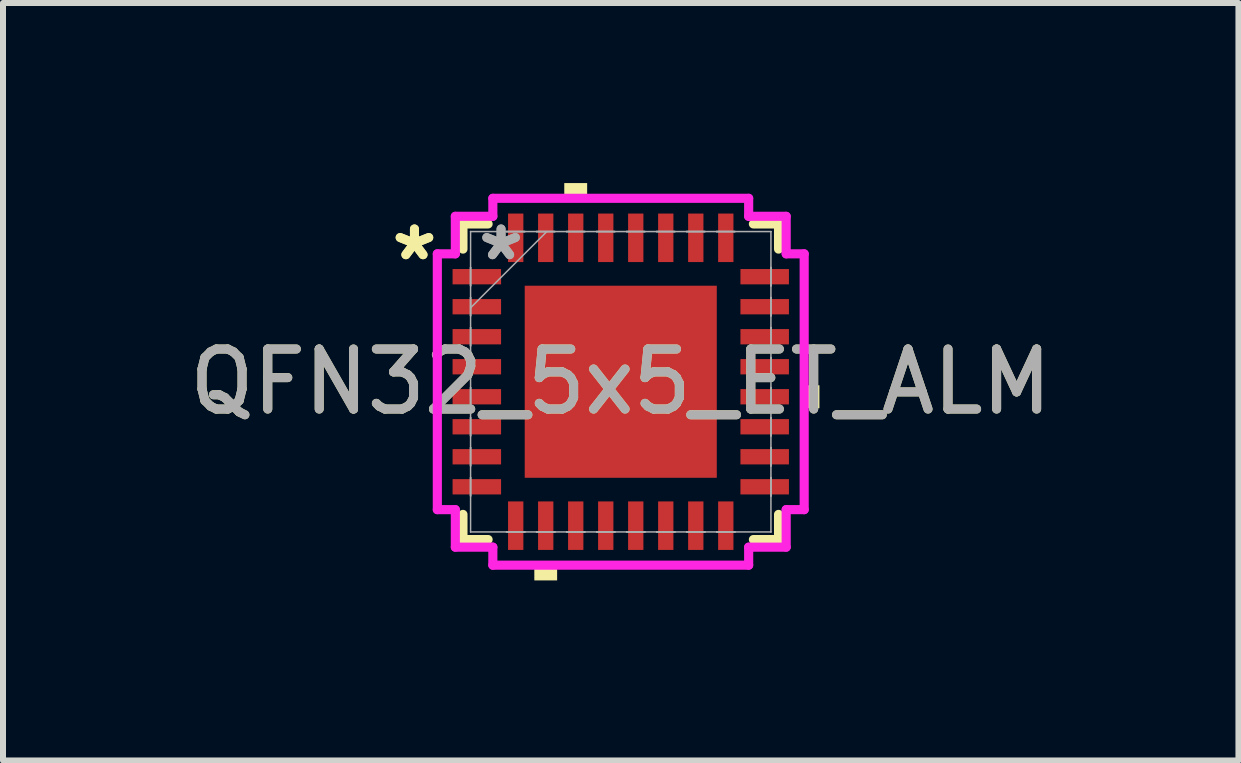
<source format=kicad_pcb>
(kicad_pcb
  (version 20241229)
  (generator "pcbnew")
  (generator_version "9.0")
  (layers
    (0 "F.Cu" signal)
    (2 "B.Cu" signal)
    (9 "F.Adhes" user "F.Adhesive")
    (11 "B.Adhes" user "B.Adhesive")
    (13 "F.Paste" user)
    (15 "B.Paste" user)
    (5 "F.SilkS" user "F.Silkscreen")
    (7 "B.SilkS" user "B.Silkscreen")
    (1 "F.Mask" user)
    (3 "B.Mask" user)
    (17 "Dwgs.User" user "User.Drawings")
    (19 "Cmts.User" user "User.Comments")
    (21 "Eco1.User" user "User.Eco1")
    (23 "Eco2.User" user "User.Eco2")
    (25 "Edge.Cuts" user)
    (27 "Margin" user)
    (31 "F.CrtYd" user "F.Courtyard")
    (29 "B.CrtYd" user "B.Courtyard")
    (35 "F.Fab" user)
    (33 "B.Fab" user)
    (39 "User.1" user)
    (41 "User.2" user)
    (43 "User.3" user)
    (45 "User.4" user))
  (footprint "QFN32_5x5_ET_ALM"
    (layer "F.Cu")
    (at 7.292 3.31)
    (property "Reference" "QFN32_5x5_ET_ALM" (at 0 0 0) (unlocked yes) (layer "F.SilkS") (effects (font (size 1 1) (thickness 0.15))))
    (attr smd)
    (fp_line (start -2.629 -2.629) (end -2.629 -2.21) (stroke (width 0.152) (type solid)) (layer "F.SilkS"))
    (fp_line (start -2.629 2.21) (end -2.629 2.629) (stroke (width 0.152) (type solid)) (layer "F.SilkS"))
    (fp_line (start -2.629 2.629) (end -2.21 2.629) (stroke (width 0.152) (type solid)) (layer "F.SilkS"))
    (fp_line (start -2.21 -2.629) (end -2.629 -2.629) (stroke (width 0.152) (type solid)) (layer "F.SilkS"))
    (fp_line (start 2.21 2.629) (end 2.629 2.629) (stroke (width 0.152) (type solid)) (layer "F.SilkS"))
    (fp_line (start 2.629 -2.629) (end 2.21 -2.629) (stroke (width 0.152) (type solid)) (layer "F.SilkS"))
    (fp_line (start 2.629 -2.21) (end 2.629 -2.629) (stroke (width 0.152) (type solid)) (layer "F.SilkS"))
    (fp_line (start 2.629 2.629) (end 2.629 2.21) (stroke (width 0.152) (type solid)) (layer "F.SilkS"))
    (fp_poly (pts (xy -1.44 3.056) (xy -1.44 3.31) (xy -1.06 3.31) (xy -1.06 3.056)) (stroke (width 0) (type solid)) (fill yes) (layer "F.SilkS"))
    (fp_poly (pts (xy -0.941 -3.056) (xy -0.941 -3.31) (xy -0.56 -3.31) (xy -0.56 -3.056)) (stroke (width 0) (type solid)) (fill yes) (layer "F.SilkS"))
    (fp_poly (pts (xy 3.31 0.059) (xy 3.31 0.441) (xy 3.056 0.441) (xy 3.056 0.059)) (stroke (width 0) (type solid)) (fill yes) (layer "F.SilkS"))
    (fp_poly (pts (xy -1.5 -1.5) (xy -1.5 -0.1) (xy -0.1 -0.1) (xy -0.1 -1.5)) (stroke (width 0) (type solid)) (fill yes) (layer "F.Paste"))
    (fp_poly (pts (xy -1.5 0.1) (xy -1.5 1.5) (xy -0.1 1.5) (xy -0.1 0.1)) (stroke (width 0) (type solid)) (fill yes) (layer "F.Paste"))
    (fp_poly (pts (xy 0.1 -1.5) (xy 0.1 -0.1) (xy 1.5 -0.1) (xy 1.5 -1.5)) (stroke (width 0) (type solid)) (fill yes) (layer "F.Paste"))
    (fp_poly (pts (xy 0.1 0.1) (xy 0.1 1.5) (xy 1.5 1.5) (xy 1.5 0.1)) (stroke (width 0) (type solid)) (fill yes) (layer "F.Paste"))
    (fp_line (start -3.056 -2.131) (end -2.756 -2.131) (stroke (width 0.152) (type solid)) (layer "F.CrtYd"))
    (fp_line (start -3.056 2.131) (end -3.056 -2.131) (stroke (width 0.152) (type solid)) (layer "F.CrtYd"))
    (fp_line (start -2.756 -2.756) (end -2.131 -2.756) (stroke (width 0.152) (type solid)) (layer "F.CrtYd"))
    (fp_line (start -2.756 -2.131) (end -2.756 -2.756) (stroke (width 0.152) (type solid)) (layer "F.CrtYd"))
    (fp_line (start -2.756 2.131) (end -3.056 2.131) (stroke (width 0.152) (type solid)) (layer "F.CrtYd"))
    (fp_line (start -2.756 2.756) (end -2.756 2.131) (stroke (width 0.152) (type solid)) (layer "F.CrtYd"))
    (fp_line (start -2.131 -3.056) (end 2.131 -3.056) (stroke (width 0.152) (type solid)) (layer "F.CrtYd"))
    (fp_line (start -2.131 -2.756) (end -2.131 -3.056) (stroke (width 0.152) (type solid)) (layer "F.CrtYd"))
    (fp_line (start -2.131 2.756) (end -2.756 2.756) (stroke (width 0.152) (type solid)) (layer "F.CrtYd"))
    (fp_line (start -2.131 3.056) (end -2.131 2.756) (stroke (width 0.152) (type solid)) (layer "F.CrtYd"))
    (fp_line (start 2.131 -3.056) (end 2.131 -2.756) (stroke (width 0.152) (type solid)) (layer "F.CrtYd"))
    (fp_line (start 2.131 -2.756) (end 2.756 -2.756) (stroke (width 0.152) (type solid)) (layer "F.CrtYd"))
    (fp_line (start 2.131 2.756) (end 2.131 3.056) (stroke (width 0.152) (type solid)) (layer "F.CrtYd"))
    (fp_line (start 2.131 3.056) (end -2.131 3.056) (stroke (width 0.152) (type solid)) (layer "F.CrtYd"))
    (fp_line (start 2.756 -2.756) (end 2.756 -2.131) (stroke (width 0.152) (type solid)) (layer "F.CrtYd"))
    (fp_line (start 2.756 -2.131) (end 3.056 -2.131) (stroke (width 0.152) (type solid)) (layer "F.CrtYd"))
    (fp_line (start 2.756 2.131) (end 2.756 2.756) (stroke (width 0.152) (type solid)) (layer "F.CrtYd"))
    (fp_line (start 2.756 2.756) (end 2.131 2.756) (stroke (width 0.152) (type solid)) (layer "F.CrtYd"))
    (fp_line (start 3.056 -2.131) (end 3.056 2.131) (stroke (width 0.152) (type solid)) (layer "F.CrtYd"))
    (fp_line (start 3.056 2.131) (end 2.756 2.131) (stroke (width 0.152) (type solid)) (layer "F.CrtYd"))
    (fp_line (start -2.502 -2.502) (end -2.502 -2.502) (stroke (width 0.025) (type solid)) (layer "F.Fab"))
    (fp_line (start -2.502 -2.502) (end -2.502 2.502) (stroke (width 0.025) (type solid)) (layer "F.Fab"))
    (fp_line (start -2.502 -1.902) (end -2.502 -1.902) (stroke (width 0.025) (type solid)) (layer "F.Fab"))
    (fp_line (start -2.502 -1.902) (end -2.502 -1.598) (stroke (width 0.025) (type solid)) (layer "F.Fab"))
    (fp_line (start -2.502 -1.598) (end -2.502 -1.902) (stroke (width 0.025) (type solid)) (layer "F.Fab"))
    (fp_line (start -2.502 -1.598) (end -2.502 -1.598) (stroke (width 0.025) (type solid)) (layer "F.Fab"))
    (fp_line (start -2.502 -1.402) (end -2.502 -1.402) (stroke (width 0.025) (type solid)) (layer "F.Fab"))
    (fp_line (start -2.502 -1.402) (end -2.502 -1.098) (stroke (width 0.025) (type solid)) (layer "F.Fab"))
    (fp_line (start -2.502 -1.232) (end -1.232 -2.502) (stroke (width 0.025) (type solid)) (layer "F.Fab"))
    (fp_line (start -2.502 -1.098) (end -2.502 -1.402) (stroke (width 0.025) (type solid)) (layer "F.Fab"))
    (fp_line (start -2.502 -1.098) (end -2.502 -1.098) (stroke (width 0.025) (type solid)) (layer "F.Fab"))
    (fp_line (start -2.502 -0.902) (end -2.502 -0.902) (stroke (width 0.025) (type solid)) (layer "F.Fab"))
    (fp_line (start -2.502 -0.902) (end -2.502 -0.598) (stroke (width 0.025) (type solid)) (layer "F.Fab"))
    (fp_line (start -2.502 -0.598) (end -2.502 -0.902) (stroke (width 0.025) (type solid)) (layer "F.Fab"))
    (fp_line (start -2.502 -0.598) (end -2.502 -0.598) (stroke (width 0.025) (type solid)) (layer "F.Fab"))
    (fp_line (start -2.502 -0.402) (end -2.502 -0.402) (stroke (width 0.025) (type solid)) (layer "F.Fab"))
    (fp_line (start -2.502 -0.402) (end -2.502 -0.098) (stroke (width 0.025) (type solid)) (layer "F.Fab"))
    (fp_line (start -2.502 -0.098) (end -2.502 -0.402) (stroke (width 0.025) (type solid)) (layer "F.Fab"))
    (fp_line (start -2.502 -0.098) (end -2.502 -0.098) (stroke (width 0.025) (type solid)) (layer "F.Fab"))
    (fp_line (start -2.502 0.098) (end -2.502 0.098) (stroke (width 0.025) (type solid)) (layer "F.Fab"))
    (fp_line (start -2.502 0.098) (end -2.502 0.402) (stroke (width 0.025) (type solid)) (layer "F.Fab"))
    (fp_line (start -2.502 0.402) (end -2.502 0.098) (stroke (width 0.025) (type solid)) (layer "F.Fab"))
    (fp_line (start -2.502 0.402) (end -2.502 0.402) (stroke (width 0.025) (type solid)) (layer "F.Fab"))
    (fp_line (start -2.502 0.598) (end -2.502 0.598) (stroke (width 0.025) (type solid)) (layer "F.Fab"))
    (fp_line (start -2.502 0.598) (end -2.502 0.902) (stroke (width 0.025) (type solid)) (layer "F.Fab"))
    (fp_line (start -2.502 0.902) (end -2.502 0.598) (stroke (width 0.025) (type solid)) (layer "F.Fab"))
    (fp_line (start -2.502 0.902) (end -2.502 0.902) (stroke (width 0.025) (type solid)) (layer "F.Fab"))
    (fp_line (start -2.502 1.098) (end -2.502 1.098) (stroke (width 0.025) (type solid)) (layer "F.Fab"))
    (fp_line (start -2.502 1.098) (end -2.502 1.402) (stroke (width 0.025) (type solid)) (layer "F.Fab"))
    (fp_line (start -2.502 1.402) (end -2.502 1.098) (stroke (width 0.025) (type solid)) (layer "F.Fab"))
    (fp_line (start -2.502 1.402) (end -2.502 1.402) (stroke (width 0.025) (type solid)) (layer "F.Fab"))
    (fp_line (start -2.502 1.598) (end -2.502 1.598) (stroke (width 0.025) (type solid)) (layer "F.Fab"))
    (fp_line (start -2.502 1.598) (end -2.502 1.902) (stroke (width 0.025) (type solid)) (layer "F.Fab"))
    (fp_line (start -2.502 1.902) (end -2.502 1.598) (stroke (width 0.025) (type solid)) (layer "F.Fab"))
    (fp_line (start -2.502 1.902) (end -2.502 1.902) (stroke (width 0.025) (type solid)) (layer "F.Fab"))
    (fp_line (start -2.502 2.502) (end -2.502 2.502) (stroke (width 0.025) (type solid)) (layer "F.Fab"))
    (fp_line (start -2.502 2.502) (end 2.502 2.502) (stroke (width 0.025) (type solid)) (layer "F.Fab"))
    (fp_line (start -1.902 -2.502) (end -1.902 -2.502) (stroke (width 0.025) (type solid)) (layer "F.Fab"))
    (fp_line (start -1.902 -2.502) (end -1.598 -2.502) (stroke (width 0.025) (type solid)) (layer "F.Fab"))
    (fp_line (start -1.902 2.502) (end -1.902 2.502) (stroke (width 0.025) (type solid)) (layer "F.Fab"))
    (fp_line (start -1.902 2.502) (end -1.598 2.502) (stroke (width 0.025) (type solid)) (layer "F.Fab"))
    (fp_line (start -1.598 -2.502) (end -1.902 -2.502) (stroke (width 0.025) (type solid)) (layer "F.Fab"))
    (fp_line (start -1.598 -2.502) (end -1.598 -2.502) (stroke (width 0.025) (type solid)) (layer "F.Fab"))
    (fp_line (start -1.598 2.502) (end -1.902 2.502) (stroke (width 0.025) (type solid)) (layer "F.Fab"))
    (fp_line (start -1.598 2.502) (end -1.598 2.502) (stroke (width 0.025) (type solid)) (layer "F.Fab"))
    (fp_line (start -1.402 -2.502) (end -1.402 -2.502) (stroke (width 0.025) (type solid)) (layer "F.Fab"))
    (fp_line (start -1.402 -2.502) (end -1.098 -2.502) (stroke (width 0.025) (type solid)) (layer "F.Fab"))
    (fp_line (start -1.402 2.502) (end -1.402 2.502) (stroke (width 0.025) (type solid)) (layer "F.Fab"))
    (fp_line (start -1.402 2.502) (end -1.098 2.502) (stroke (width 0.025) (type solid)) (layer "F.Fab"))
    (fp_line (start -1.098 -2.502) (end -1.402 -2.502) (stroke (width 0.025) (type solid)) (layer "F.Fab"))
    (fp_line (start -1.098 -2.502) (end -1.098 -2.502) (stroke (width 0.025) (type solid)) (layer "F.Fab"))
    (fp_line (start -1.098 2.502) (end -1.402 2.502) (stroke (width 0.025) (type solid)) (layer "F.Fab"))
    (fp_line (start -1.098 2.502) (end -1.098 2.502) (stroke (width 0.025) (type solid)) (layer "F.Fab"))
    (fp_line (start -0.902 -2.502) (end -0.902 -2.502) (stroke (width 0.025) (type solid)) (layer "F.Fab"))
    (fp_line (start -0.902 -2.502) (end -0.598 -2.502) (stroke (width 0.025) (type solid)) (layer "F.Fab"))
    (fp_line (start -0.902 2.502) (end -0.902 2.502) (stroke (width 0.025) (type solid)) (layer "F.Fab"))
    (fp_line (start -0.902 2.502) (end -0.598 2.502) (stroke (width 0.025) (type solid)) (layer "F.Fab"))
    (fp_line (start -0.598 -2.502) (end -0.902 -2.502) (stroke (width 0.025) (type solid)) (layer "F.Fab"))
    (fp_line (start -0.598 -2.502) (end -0.598 -2.502) (stroke (width 0.025) (type solid)) (layer "F.Fab"))
    (fp_line (start -0.598 2.502) (end -0.902 2.502) (stroke (width 0.025) (type solid)) (layer "F.Fab"))
    (fp_line (start -0.598 2.502) (end -0.598 2.502) (stroke (width 0.025) (type solid)) (layer "F.Fab"))
    (fp_line (start -0.402 -2.502) (end -0.402 -2.502) (stroke (width 0.025) (type solid)) (layer "F.Fab"))
    (fp_line (start -0.402 -2.502) (end -0.098 -2.502) (stroke (width 0.025) (type solid)) (layer "F.Fab"))
    (fp_line (start -0.402 2.502) (end -0.402 2.502) (stroke (width 0.025) (type solid)) (layer "F.Fab"))
    (fp_line (start -0.402 2.502) (end -0.098 2.502) (stroke (width 0.025) (type solid)) (layer "F.Fab"))
    (fp_line (start -0.098 -2.502) (end -0.402 -2.502) (stroke (width 0.025) (type solid)) (layer "F.Fab"))
    (fp_line (start -0.098 -2.502) (end -0.098 -2.502) (stroke (width 0.025) (type solid)) (layer "F.Fab"))
    (fp_line (start -0.098 2.502) (end -0.402 2.502) (stroke (width 0.025) (type solid)) (layer "F.Fab"))
    (fp_line (start -0.098 2.502) (end -0.098 2.502) (stroke (width 0.025) (type solid)) (layer "F.Fab"))
    (fp_line (start 0.098 -2.502) (end 0.098 -2.502) (stroke (width 0.025) (type solid)) (layer "F.Fab"))
    (fp_line (start 0.098 -2.502) (end 0.402 -2.502) (stroke (width 0.025) (type solid)) (layer "F.Fab"))
    (fp_line (start 0.098 2.502) (end 0.098 2.502) (stroke (width 0.025) (type solid)) (layer "F.Fab"))
    (fp_line (start 0.098 2.502) (end 0.402 2.502) (stroke (width 0.025) (type solid)) (layer "F.Fab"))
    (fp_line (start 0.402 -2.502) (end 0.098 -2.502) (stroke (width 0.025) (type solid)) (layer "F.Fab"))
    (fp_line (start 0.402 -2.502) (end 0.402 -2.502) (stroke (width 0.025) (type solid)) (layer "F.Fab"))
    (fp_line (start 0.402 2.502) (end 0.098 2.502) (stroke (width 0.025) (type solid)) (layer "F.Fab"))
    (fp_line (start 0.402 2.502) (end 0.402 2.502) (stroke (width 0.025) (type solid)) (layer "F.Fab"))
    (fp_line (start 0.598 -2.502) (end 0.598 -2.502) (stroke (width 0.025) (type solid)) (layer "F.Fab"))
    (fp_line (start 0.598 -2.502) (end 0.902 -2.502) (stroke (width 0.025) (type solid)) (layer "F.Fab"))
    (fp_line (start 0.598 2.502) (end 0.598 2.502) (stroke (width 0.025) (type solid)) (layer "F.Fab"))
    (fp_line (start 0.598 2.502) (end 0.902 2.502) (stroke (width 0.025) (type solid)) (layer "F.Fab"))
    (fp_line (start 0.902 -2.502) (end 0.598 -2.502) (stroke (width 0.025) (type solid)) (layer "F.Fab"))
    (fp_line (start 0.902 -2.502) (end 0.902 -2.502) (stroke (width 0.025) (type solid)) (layer "F.Fab"))
    (fp_line (start 0.902 2.502) (end 0.598 2.502) (stroke (width 0.025) (type solid)) (layer "F.Fab"))
    (fp_line (start 0.902 2.502) (end 0.902 2.502) (stroke (width 0.025) (type solid)) (layer "F.Fab"))
    (fp_line (start 1.098 -2.502) (end 1.098 -2.502) (stroke (width 0.025) (type solid)) (layer "F.Fab"))
    (fp_line (start 1.098 -2.502) (end 1.402 -2.502) (stroke (width 0.025) (type solid)) (layer "F.Fab"))
    (fp_line (start 1.098 2.502) (end 1.098 2.502) (stroke (width 0.025) (type solid)) (layer "F.Fab"))
    (fp_line (start 1.098 2.502) (end 1.402 2.502) (stroke (width 0.025) (type solid)) (layer "F.Fab"))
    (fp_line (start 1.402 -2.502) (end 1.098 -2.502) (stroke (width 0.025) (type solid)) (layer "F.Fab"))
    (fp_line (start 1.402 -2.502) (end 1.402 -2.502) (stroke (width 0.025) (type solid)) (layer "F.Fab"))
    (fp_line (start 1.402 2.502) (end 1.098 2.502) (stroke (width 0.025) (type solid)) (layer "F.Fab"))
    (fp_line (start 1.402 2.502) (end 1.402 2.502) (stroke (width 0.025) (type solid)) (layer "F.Fab"))
    (fp_line (start 1.598 -2.502) (end 1.598 -2.502) (stroke (width 0.025) (type solid)) (layer "F.Fab"))
    (fp_line (start 1.598 -2.502) (end 1.902 -2.502) (stroke (width 0.025) (type solid)) (layer "F.Fab"))
    (fp_line (start 1.598 2.502) (end 1.598 2.502) (stroke (width 0.025) (type solid)) (layer "F.Fab"))
    (fp_line (start 1.598 2.502) (end 1.902 2.502) (stroke (width 0.025) (type solid)) (layer "F.Fab"))
    (fp_line (start 1.902 -2.502) (end 1.598 -2.502) (stroke (width 0.025) (type solid)) (layer "F.Fab"))
    (fp_line (start 1.902 -2.502) (end 1.902 -2.502) (stroke (width 0.025) (type solid)) (layer "F.Fab"))
    (fp_line (start 1.902 2.502) (end 1.598 2.502) (stroke (width 0.025) (type solid)) (layer "F.Fab"))
    (fp_line (start 1.902 2.502) (end 1.902 2.502) (stroke (width 0.025) (type solid)) (layer "F.Fab"))
    (fp_line (start 2.502 -2.502) (end -2.502 -2.502) (stroke (width 0.025) (type solid)) (layer "F.Fab"))
    (fp_line (start 2.502 -2.502) (end 2.502 -2.502) (stroke (width 0.025) (type solid)) (layer "F.Fab"))
    (fp_line (start 2.502 -1.902) (end 2.502 -1.902) (stroke (width 0.025) (type solid)) (layer "F.Fab"))
    (fp_line (start 2.502 -1.902) (end 2.502 -1.598) (stroke (width 0.025) (type solid)) (layer "F.Fab"))
    (fp_line (start 2.502 -1.598) (end 2.502 -1.902) (stroke (width 0.025) (type solid)) (layer "F.Fab"))
    (fp_line (start 2.502 -1.598) (end 2.502 -1.598) (stroke (width 0.025) (type solid)) (layer "F.Fab"))
    (fp_line (start 2.502 -1.402) (end 2.502 -1.402) (stroke (width 0.025) (type solid)) (layer "F.Fab"))
    (fp_line (start 2.502 -1.402) (end 2.502 -1.098) (stroke (width 0.025) (type solid)) (layer "F.Fab"))
    (fp_line (start 2.502 -1.098) (end 2.502 -1.402) (stroke (width 0.025) (type solid)) (layer "F.Fab"))
    (fp_line (start 2.502 -1.098) (end 2.502 -1.098) (stroke (width 0.025) (type solid)) (layer "F.Fab"))
    (fp_line (start 2.502 -0.902) (end 2.502 -0.902) (stroke (width 0.025) (type solid)) (layer "F.Fab"))
    (fp_line (start 2.502 -0.902) (end 2.502 -0.598) (stroke (width 0.025) (type solid)) (layer "F.Fab"))
    (fp_line (start 2.502 -0.598) (end 2.502 -0.902) (stroke (width 0.025) (type solid)) (layer "F.Fab"))
    (fp_line (start 2.502 -0.598) (end 2.502 -0.598) (stroke (width 0.025) (type solid)) (layer "F.Fab"))
    (fp_line (start 2.502 -0.402) (end 2.502 -0.402) (stroke (width 0.025) (type solid)) (layer "F.Fab"))
    (fp_line (start 2.502 -0.402) (end 2.502 -0.098) (stroke (width 0.025) (type solid)) (layer "F.Fab"))
    (fp_line (start 2.502 -0.098) (end 2.502 -0.402) (stroke (width 0.025) (type solid)) (layer "F.Fab"))
    (fp_line (start 2.502 -0.098) (end 2.502 -0.098) (stroke (width 0.025) (type solid)) (layer "F.Fab"))
    (fp_line (start 2.502 0.098) (end 2.502 0.098) (stroke (width 0.025) (type solid)) (layer "F.Fab"))
    (fp_line (start 2.502 0.098) (end 2.502 0.402) (stroke (width 0.025) (type solid)) (layer "F.Fab"))
    (fp_line (start 2.502 0.402) (end 2.502 0.098) (stroke (width 0.025) (type solid)) (layer "F.Fab"))
    (fp_line (start 2.502 0.402) (end 2.502 0.402) (stroke (width 0.025) (type solid)) (layer "F.Fab"))
    (fp_line (start 2.502 0.598) (end 2.502 0.598) (stroke (width 0.025) (type solid)) (layer "F.Fab"))
    (fp_line (start 2.502 0.598) (end 2.502 0.902) (stroke (width 0.025) (type solid)) (layer "F.Fab"))
    (fp_line (start 2.502 0.902) (end 2.502 0.598) (stroke (width 0.025) (type solid)) (layer "F.Fab"))
    (fp_line (start 2.502 0.902) (end 2.502 0.902) (stroke (width 0.025) (type solid)) (layer "F.Fab"))
    (fp_line (start 2.502 1.098) (end 2.502 1.098) (stroke (width 0.025) (type solid)) (layer "F.Fab"))
    (fp_line (start 2.502 1.098) (end 2.502 1.402) (stroke (width 0.025) (type solid)) (layer "F.Fab"))
    (fp_line (start 2.502 1.402) (end 2.502 1.098) (stroke (width 0.025) (type solid)) (layer "F.Fab"))
    (fp_line (start 2.502 1.402) (end 2.502 1.402) (stroke (width 0.025) (type solid)) (layer "F.Fab"))
    (fp_line (start 2.502 1.598) (end 2.502 1.598) (stroke (width 0.025) (type solid)) (layer "F.Fab"))
    (fp_line (start 2.502 1.598) (end 2.502 1.902) (stroke (width 0.025) (type solid)) (layer "F.Fab"))
    (fp_line (start 2.502 1.902) (end 2.502 1.598) (stroke (width 0.025) (type solid)) (layer "F.Fab"))
    (fp_line (start 2.502 1.902) (end 2.502 1.902) (stroke (width 0.025) (type solid)) (layer "F.Fab"))
    (fp_line (start 2.502 2.502) (end 2.502 -2.502) (stroke (width 0.025) (type solid)) (layer "F.Fab"))
    (fp_line (start 2.502 2.502) (end 2.502 2.502) (stroke (width 0.025) (type solid)) (layer "F.Fab"))
    (fp_text user "*" (at -3.437 -2 0) (unlocked yes) (layer "F.SilkS") (effects (font (size 1 1) (thickness 0.15))))
    (fp_text user "*" (at -3.437 -2 0) (layer "F.SilkS") (effects (font (size 1 1) (thickness 0.15))))
    (fp_text user "*" (at -1.994 -2 0) (unlocked yes) (layer "F.Fab") (effects (font (size 1 1) (thickness 0.15))))
    (fp_text user "*" (at -1.994 -2 0) (layer "F.Fab") (effects (font (size 1 1) (thickness 0.15))))
    (fp_text user "${REFERENCE}" (at 0 0 0) (unlocked yes) (layer "F.Fab") (effects (font (size 1 1) (thickness 0.15))))
    (pad "1" smd rect (at -2.398 -1.75 90) (size 0.255 0.808) (layers "F.Cu" "F.Mask" "F.Paste"))
    (pad "2" smd rect (at -2.398 -1.25 90) (size 0.255 0.808) (layers "F.Cu" "F.Mask" "F.Paste"))
    (pad "3" smd rect (at -2.398 -0.75 90) (size 0.255 0.808) (layers "F.Cu" "F.Mask" "F.Paste"))
    (pad "4" smd rect (at -2.398 -0.25 90) (size 0.255 0.808) (layers "F.Cu" "F.Mask" "F.Paste"))
    (pad "5" smd rect (at -2.398 0.25 90) (size 0.255 0.808) (layers "F.Cu" "F.Mask" "F.Paste"))
    (pad "6" smd rect (at -2.398 0.75 90) (size 0.255 0.808) (layers "F.Cu" "F.Mask" "F.Paste"))
    (pad "7" smd rect (at -2.398 1.25 90) (size 0.255 0.808) (layers "F.Cu" "F.Mask" "F.Paste"))
    (pad "8" smd rect (at -2.398 1.75 90) (size 0.255 0.808) (layers "F.Cu" "F.Mask" "F.Paste"))
    (pad "9" smd rect (at -1.75 2.398) (size 0.255 0.808) (layers "F.Cu" "F.Mask" "F.Paste"))
    (pad "10" smd rect (at -1.25 2.398) (size 0.255 0.808) (layers "F.Cu" "F.Mask" "F.Paste"))
    (pad "11" smd rect (at -0.75 2.398) (size 0.255 0.808) (layers "F.Cu" "F.Mask" "F.Paste"))
    (pad "12" smd rect (at -0.25 2.398) (size 0.255 0.808) (layers "F.Cu" "F.Mask" "F.Paste"))
    (pad "13" smd rect (at 0.25 2.398) (size 0.255 0.808) (layers "F.Cu" "F.Mask" "F.Paste"))
    (pad "14" smd rect (at 0.75 2.398) (size 0.255 0.808) (layers "F.Cu" "F.Mask" "F.Paste"))
    (pad "15" smd rect (at 1.25 2.398) (size 0.255 0.808) (layers "F.Cu" "F.Mask" "F.Paste"))
    (pad "16" smd rect (at 1.75 2.398) (size 0.255 0.808) (layers "F.Cu" "F.Mask" "F.Paste"))
    (pad "17" smd rect (at 2.398 1.75 90) (size 0.255 0.808) (layers "F.Cu" "F.Mask" "F.Paste"))
    (pad "18" smd rect (at 2.398 1.25 90) (size 0.255 0.808) (layers "F.Cu" "F.Mask" "F.Paste"))
    (pad "19" smd rect (at 2.398 0.75 90) (size 0.255 0.808) (layers "F.Cu" "F.Mask" "F.Paste"))
    (pad "20" smd rect (at 2.398 0.25 90) (size 0.255 0.808) (layers "F.Cu" "F.Mask" "F.Paste"))
    (pad "21" smd rect (at 2.398 -0.25 90) (size 0.255 0.808) (layers "F.Cu" "F.Mask" "F.Paste"))
    (pad "22" smd rect (at 2.398 -0.75 90) (size 0.255 0.808) (layers "F.Cu" "F.Mask" "F.Paste"))
    (pad "23" smd rect (at 2.398 -1.25 90) (size 0.255 0.808) (layers "F.Cu" "F.Mask" "F.Paste"))
    (pad "24" smd rect (at 2.398 -1.75 90) (size 0.255 0.808) (layers "F.Cu" "F.Mask" "F.Paste"))
    (pad "25" smd rect (at 1.75 -2.398) (size 0.255 0.808) (layers "F.Cu" "F.Mask" "F.Paste"))
    (pad "26" smd rect (at 1.25 -2.398) (size 0.255 0.808) (layers "F.Cu" "F.Mask" "F.Paste"))
    (pad "27" smd rect (at 0.75 -2.398) (size 0.255 0.808) (layers "F.Cu" "F.Mask" "F.Paste"))
    (pad "28" smd rect (at 0.25 -2.398) (size 0.255 0.808) (layers "F.Cu" "F.Mask" "F.Paste"))
    (pad "29" smd rect (at -0.25 -2.398) (size 0.255 0.808) (layers "F.Cu" "F.Mask" "F.Paste"))
    (pad "30" smd rect (at -0.75 -2.398) (size 0.255 0.808) (layers "F.Cu" "F.Mask" "F.Paste"))
    (pad "31" smd rect (at -1.25 -2.398) (size 0.255 0.808) (layers "F.Cu" "F.Mask" "F.Paste"))
    (pad "32" smd rect (at -1.75 -2.398) (size 0.255 0.808) (layers "F.Cu" "F.Mask" "F.Paste"))
    (pad "33" smd rect (at 0 0) (size 3.2 3.2) (layers "F.Cu" "F.Mask" "F.Paste")))
  (gr_rect
    (start -3 -3)
    (end 17.583 9.62)
    (stroke (width 0.1) (type default))
    (fill no)
    (layer "Edge.Cuts")))
</source>
